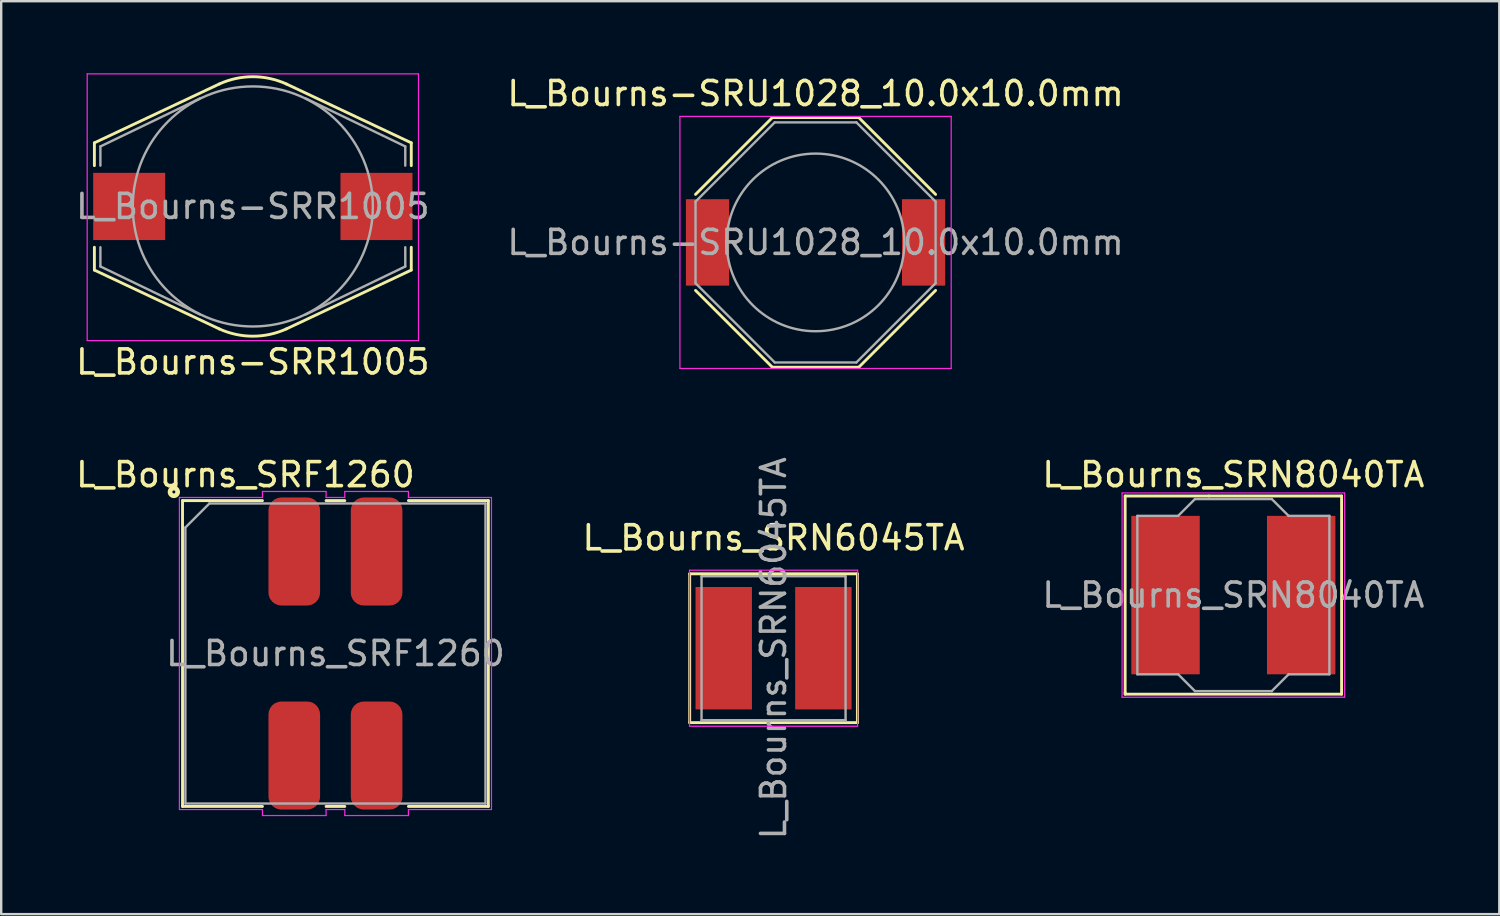
<source format=kicad_pcb>
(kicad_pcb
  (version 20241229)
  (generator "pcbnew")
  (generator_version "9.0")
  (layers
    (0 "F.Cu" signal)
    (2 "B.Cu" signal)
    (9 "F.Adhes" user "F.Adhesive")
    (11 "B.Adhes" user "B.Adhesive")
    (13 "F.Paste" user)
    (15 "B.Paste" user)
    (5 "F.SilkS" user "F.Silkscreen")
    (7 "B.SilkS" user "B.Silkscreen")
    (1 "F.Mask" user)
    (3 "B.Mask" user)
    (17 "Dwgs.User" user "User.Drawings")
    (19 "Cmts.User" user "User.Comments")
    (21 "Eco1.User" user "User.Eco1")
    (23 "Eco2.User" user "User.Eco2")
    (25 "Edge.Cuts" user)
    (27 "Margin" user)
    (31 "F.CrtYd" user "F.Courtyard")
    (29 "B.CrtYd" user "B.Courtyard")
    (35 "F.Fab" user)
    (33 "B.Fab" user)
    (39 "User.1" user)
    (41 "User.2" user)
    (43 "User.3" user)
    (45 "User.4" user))
  (footprint "L_Bourns-SRU1028_10.0x10.0mm"
    (layer "F.Cu")
    (at 30.923 7.048)
    (property "Reference" "L_Bourns-SRU1028_10.0x10.0mm" (at 0 -6.2 0) (layer "F.SilkS") (effects (font (size 1 1) (thickness 0.15))))
    (attr smd)
    (fp_line (start -1.8 -5.2) (end -5 -2) (stroke (width 0.12) (type solid)) (layer "F.SilkS"))
    (fp_line (start -1.8 -5.2) (end 1.8 -5.2) (stroke (width 0.12) (type solid)) (layer "F.SilkS"))
    (fp_line (start -1.8 5.2) (end -5 2) (stroke (width 0.12) (type solid)) (layer "F.SilkS"))
    (fp_line (start 1.8 -5.2) (end 5 -2) (stroke (width 0.12) (type solid)) (layer "F.SilkS"))
    (fp_line (start 1.8 5.2) (end -1.8 5.2) (stroke (width 0.12) (type solid)) (layer "F.SilkS"))
    (fp_line (start 1.8 5.2) (end 5 2) (stroke (width 0.12) (type solid)) (layer "F.SilkS"))
    (fp_line (start -5.65 -5.25) (end 5.65 -5.25) (stroke (width 0.05) (type solid)) (layer "F.CrtYd"))
    (fp_line (start -5.65 5.25) (end -5.65 -5.25) (stroke (width 0.05) (type solid)) (layer "F.CrtYd"))
    (fp_line (start 5.65 -5.25) (end 5.65 5.25) (stroke (width 0.05) (type solid)) (layer "F.CrtYd"))
    (fp_line (start 5.65 5.25) (end -5.65 5.25) (stroke (width 0.05) (type solid)) (layer "F.CrtYd"))
    (fp_line (start -5 -1.7) (end -1.7 -5) (stroke (width 0.1) (type solid)) (layer "F.Fab"))
    (fp_line (start -5 1.7) (end -5 -1.7) (stroke (width 0.1) (type solid)) (layer "F.Fab"))
    (fp_line (start -1.7 -5) (end 1.7 -5) (stroke (width 0.1) (type solid)) (layer "F.Fab"))
    (fp_line (start -1.7 5) (end -5 1.7) (stroke (width 0.1) (type solid)) (layer "F.Fab"))
    (fp_line (start 1.7 -5) (end 5 -1.7) (stroke (width 0.1) (type solid)) (layer "F.Fab"))
    (fp_line (start 1.7 5) (end -1.7 5) (stroke (width 0.1) (type solid)) (layer "F.Fab"))
    (fp_line (start 5 -1.7) (end 5 1.7) (stroke (width 0.1) (type solid)) (layer "F.Fab"))
    (fp_line (start 5 1.7) (end 1.7 5) (stroke (width 0.1) (type solid)) (layer "F.Fab"))
    (fp_circle (center 0 0) (end 3.7 0) (stroke (width 0.1) (type solid)) (fill no) (layer "F.Fab"))
    (fp_text user "${REFERENCE}" (at 0 0 0) (layer "F.Fab") (effects (font (size 1 1) (thickness 0.15))))
    (pad "1" smd rect (at -4.5 0) (size 1.8 3.6) (layers "F.Cu" "F.Mask" "F.Paste"))
    (pad "2" smd rect (at 4.5 0) (size 1.8 3.6) (layers "F.Cu" "F.Mask" "F.Paste")))
  (footprint "L_Bourns_SRN6045TA"
    (layer "F.Cu")
    (at 29.173 23.952)
    (property "Reference" "L_Bourns_SRN6045TA" (at 0 -4.6 0) (layer "F.SilkS") (effects (font (size 1 1) (thickness 0.15))))
    (attr smd)
    (fp_line (start -3.493 -3.1) (end -3.493 3.1) (stroke (width 0.12) (type solid)) (layer "F.SilkS"))
    (fp_line (start -3.493 -3.1) (end 3.493 -3.1) (stroke (width 0.12) (type solid)) (layer "F.SilkS"))
    (fp_line (start 3.493 -3.1) (end 3.493 3.1) (stroke (width 0.12) (type solid)) (layer "F.SilkS"))
    (fp_line (start 3.493 3.1) (end -3.493 3.1) (stroke (width 0.12) (type solid)) (layer "F.SilkS"))
    (fp_line (start -3.5 -3.25) (end -3.5 3.25) (stroke (width 0.05) (type solid)) (layer "F.CrtYd"))
    (fp_line (start -3.5 3.25) (end 3.5 3.25) (stroke (width 0.05) (type solid)) (layer "F.CrtYd"))
    (fp_line (start 3.5 -3.25) (end -3.5 -3.25) (stroke (width 0.05) (type solid)) (layer "F.CrtYd"))
    (fp_line (start 3.5 3.25) (end 3.5 -3.25) (stroke (width 0.05) (type solid)) (layer "F.CrtYd"))
    (fp_line (start -3 -3) (end -3 3) (stroke (width 0.1) (type solid)) (layer "F.Fab"))
    (fp_line (start -3 -3) (end 3 -3) (stroke (width 0.1) (type solid)) (layer "F.Fab"))
    (fp_line (start -3 3) (end 3 3) (stroke (width 0.1) (type solid)) (layer "F.Fab"))
    (fp_line (start 3 3) (end 3 -3) (stroke (width 0.1) (type solid)) (layer "F.Fab"))
    (fp_text user "${REFERENCE}" (at 0 0 90) (layer "F.Fab") (effects (font (size 1 1) (thickness 0.15))))
    (pad "1" smd rect (at -2.075 0) (size 2.35 5.1) (layers "F.Cu" "F.Mask" "F.Paste"))
    (pad "2" smd rect (at 2.075 0) (size 2.35 5.1) (layers "F.Cu" "F.Mask" "F.Paste")))
  (footprint "L_Bourns_SRN8040TA"
    (layer "F.Cu")
    (at 48.327 21.739)
    (property "Reference" "L_Bourns_SRN8040TA" (at 0 -5.016 180) (layer "F.SilkS") (effects (font (size 1 1) (thickness 0.15))))
    (attr smd)
    (fp_line (start -4.508 -4.128) (end -4.508 4.064) (stroke (width 0.12) (type solid)) (layer "F.SilkS"))
    (fp_line (start -4.508 4.064) (end -4.508 4.128) (stroke (width 0.12) (type solid)) (layer "F.SilkS"))
    (fp_line (start -4.508 4.128) (end 4.508 4.128) (stroke (width 0.12) (type solid)) (layer "F.SilkS"))
    (fp_line (start -1.016 -4.128) (end -4.508 -4.128) (stroke (width 0.12) (type solid)) (layer "F.SilkS"))
    (fp_line (start 4.508 -4.128) (end -1.016 -4.128) (stroke (width 0.12) (type solid)) (layer "F.SilkS"))
    (fp_line (start 4.508 4.128) (end 4.508 -4.128) (stroke (width 0.12) (type solid)) (layer "F.SilkS"))
    (fp_line (start -4.636 -4.255) (end -4.636 4.255) (stroke (width 0.05) (type solid)) (layer "F.CrtYd"))
    (fp_line (start -4.636 4.255) (end 4.636 4.255) (stroke (width 0.05) (type solid)) (layer "F.CrtYd"))
    (fp_line (start 4.636 -4.255) (end -4.636 -4.255) (stroke (width 0.05) (type solid)) (layer "F.CrtYd"))
    (fp_line (start 4.636 4.25) (end 4.636 -4.25) (stroke (width 0.05) (type solid)) (layer "F.CrtYd"))
    (fp_line (start -4 3.3) (end -4 -3.3) (stroke (width 0.1) (type solid)) (layer "F.Fab"))
    (fp_line (start -2.3 -3.3) (end -4 -3.3) (stroke (width 0.1) (type solid)) (layer "F.Fab"))
    (fp_line (start -2.3 3.3) (end -4 3.3) (stroke (width 0.1) (type solid)) (layer "F.Fab"))
    (fp_line (start -1.6 -4) (end -2.3 -3.3) (stroke (width 0.1) (type solid)) (layer "F.Fab"))
    (fp_line (start -1.6 4) (end -2.3 3.3) (stroke (width 0.1) (type solid)) (layer "F.Fab"))
    (fp_line (start 1.6 -4) (end -1.6 -4) (stroke (width 0.1) (type solid)) (layer "F.Fab"))
    (fp_line (start 1.6 -4) (end 2.3 -3.3) (stroke (width 0.1) (type solid)) (layer "F.Fab"))
    (fp_line (start 1.6 4) (end -1.6 4) (stroke (width 0.1) (type solid)) (layer "F.Fab"))
    (fp_line (start 1.6 4) (end 2.3 3.3) (stroke (width 0.1) (type solid)) (layer "F.Fab"))
    (fp_line (start 2.3 -3.3) (end 4 -3.3) (stroke (width 0.1) (type solid)) (layer "F.Fab"))
    (fp_line (start 2.3 3.3) (end 4 3.3) (stroke (width 0.1) (type solid)) (layer "F.Fab"))
    (fp_line (start 4 -3.3) (end 4 3.3) (stroke (width 0.1) (type solid)) (layer "F.Fab"))
    (fp_text user "${REFERENCE}" (at 0 0 0) (layer "F.Fab") (effects (font (size 1 1) (thickness 0.15))))
    (pad "1" smd rect (at -2.825 0 270) (size 6.6 2.85) (layers "F.Cu" "F.Mask" "F.Paste"))
    (pad "2" smd rect (at 2.825 0 270) (size 6.6 2.85) (layers "F.Cu" "F.Mask" "F.Paste")))
  (footprint "L_Bourns_SRF1260"
    (layer "F.Cu")
    (at 10.923 24.173)
    (property "Reference" "L_Bourns_SRF1260" (at -3.75 -7.45 0) (layer "F.SilkS") (effects (font (size 1 1) (thickness 0.15))))
    (attr smd)
    (fp_line (start -6.37 -6.37) (end -6.37 6.37) (stroke (width 0.12) (type solid)) (layer "F.SilkS"))
    (fp_line (start -6.37 -6.37) (end -3.04 -6.37) (stroke (width 0.12) (type solid)) (layer "F.SilkS"))
    (fp_line (start -6.37 6.37) (end -3.04 6.37) (stroke (width 0.12) (type solid)) (layer "F.SilkS"))
    (fp_line (start -0.39 -6.37) (end 0.39 -6.37) (stroke (width 0.12) (type solid)) (layer "F.SilkS"))
    (fp_line (start -0.39 6.37) (end 0.39 6.37) (stroke (width 0.12) (type solid)) (layer "F.SilkS"))
    (fp_line (start 3.04 -6.37) (end 6.37 -6.37) (stroke (width 0.12) (type solid)) (layer "F.SilkS"))
    (fp_line (start 3.04 6.37) (end 6.37 6.37) (stroke (width 0.12) (type solid)) (layer "F.SilkS"))
    (fp_line (start 6.37 -6.37) (end 6.37 6.37) (stroke (width 0.12) (type solid)) (layer "F.SilkS"))
    (fp_circle (center -6.731 -6.731) (end -6.668 -6.731) (stroke (width 0.13) (type solid)) (fill no) (layer "F.SilkS"))
    (fp_circle (center -6.731 -6.731) (end -6.54 -6.731) (stroke (width 0.13) (type solid)) (fill no) (layer "F.SilkS"))
    (fp_line (start -6.5 -6.5) (end -6.5 6.5) (stroke (width 0.05) (type solid)) (layer "F.CrtYd"))
    (fp_line (start -6.5 -6.5) (end -3.04 -6.5) (stroke (width 0.05) (type solid)) (layer "F.CrtYd"))
    (fp_line (start -6.5 6.5) (end -3.04 6.5) (stroke (width 0.05) (type solid)) (layer "F.CrtYd"))
    (fp_line (start -3.04 -6.75) (end -0.39 -6.75) (stroke (width 0.05) (type solid)) (layer "F.CrtYd"))
    (fp_line (start -3.04 -6.5) (end -3.04 -6.75) (stroke (width 0.05) (type solid)) (layer "F.CrtYd"))
    (fp_line (start -3.04 6.5) (end -3.04 6.75) (stroke (width 0.05) (type solid)) (layer "F.CrtYd"))
    (fp_line (start -3.04 6.75) (end -0.39 6.75) (stroke (width 0.05) (type solid)) (layer "F.CrtYd"))
    (fp_line (start -0.39 -6.75) (end -0.39 -6.5) (stroke (width 0.05) (type solid)) (layer "F.CrtYd"))
    (fp_line (start -0.39 -6.5) (end 0.39 -6.5) (stroke (width 0.05) (type solid)) (layer "F.CrtYd"))
    (fp_line (start -0.39 6.5) (end 0.39 6.5) (stroke (width 0.05) (type solid)) (layer "F.CrtYd"))
    (fp_line (start -0.39 6.75) (end -0.39 6.5) (stroke (width 0.05) (type solid)) (layer "F.CrtYd"))
    (fp_line (start 0.39 -6.75) (end 3.04 -6.75) (stroke (width 0.05) (type solid)) (layer "F.CrtYd"))
    (fp_line (start 0.39 -6.5) (end 0.39 -6.75) (stroke (width 0.05) (type solid)) (layer "F.CrtYd"))
    (fp_line (start 0.39 6.5) (end 0.39 6.75) (stroke (width 0.05) (type solid)) (layer "F.CrtYd"))
    (fp_line (start 0.39 6.75) (end 3.04 6.75) (stroke (width 0.05) (type solid)) (layer "F.CrtYd"))
    (fp_line (start 3.04 -6.75) (end 3.04 -6.5) (stroke (width 0.05) (type solid)) (layer "F.CrtYd"))
    (fp_line (start 3.04 -6.5) (end 6.5 -6.5) (stroke (width 0.05) (type solid)) (layer "F.CrtYd"))
    (fp_line (start 3.04 6.5) (end 6.5 6.5) (stroke (width 0.05) (type solid)) (layer "F.CrtYd"))
    (fp_line (start 3.04 6.75) (end 3.04 6.5) (stroke (width 0.05) (type solid)) (layer "F.CrtYd"))
    (fp_line (start 6.5 -6.5) (end 6.5 6.5) (stroke (width 0.05) (type solid)) (layer "F.CrtYd"))
    (fp_line (start -6.25 -5.25) (end -5.25 -6.25) (stroke (width 0.1) (type solid)) (layer "F.Fab"))
    (fp_line (start -6.25 6.25) (end -6.25 -5.25) (stroke (width 0.1) (type solid)) (layer "F.Fab"))
    (fp_line (start -5.25 -6.25) (end 6.25 -6.25) (stroke (width 0.1) (type solid)) (layer "F.Fab"))
    (fp_line (start 6.25 -6.25) (end 6.25 6.25) (stroke (width 0.1) (type solid)) (layer "F.Fab"))
    (fp_line (start 6.25 6.25) (end -6.25 6.25) (stroke (width 0.1) (type solid)) (layer "F.Fab"))
    (fp_text user "${REFERENCE}" (at 0 0 0) (layer "F.Fab") (effects (font (size 1 1) (thickness 0.15))))
    (pad "1" smd roundrect (at -1.715 -4.25) (size 2.15 4.5) (layers "F.Cu" "F.Mask" "F.Paste") (roundrect_rratio 0.25))
    (pad "2" smd roundrect (at 1.715 -4.25) (size 2.15 4.5) (layers "F.Cu" "F.Mask" "F.Paste") (roundrect_rratio 0.25))
    (pad "3" smd roundrect (at 1.715 4.25) (size 2.15 4.5) (layers "F.Cu" "F.Mask" "F.Paste") (roundrect_rratio 0.25))
    (pad "4" smd roundrect (at -1.715 4.25) (size 2.15 4.5) (layers "F.Cu" "F.Mask" "F.Paste") (roundrect_rratio 0.25)))
  (footprint "L_Bourns-SRR1005"
    (layer "F.Cu")
    (at 7.482 5.55)
    (property "Reference" "L_Bourns-SRR1005" (at 0 6.477 0) (layer "F.SilkS") (effects (font (size 1 1) (thickness 0.15))))
    (attr smd)
    (fp_line (start -6.6 -2.65) (end -6.6 -1.7) (stroke (width 0.12) (type solid)) (layer "F.SilkS"))
    (fp_line (start -6.6 -2.65) (end -1.4 -5.1) (stroke (width 0.12) (type solid)) (layer "F.SilkS"))
    (fp_line (start -6.6 2.65) (end -6.6 1.7) (stroke (width 0.12) (type solid)) (layer "F.SilkS"))
    (fp_line (start -6.6 2.65) (end -1.4 5.1) (stroke (width 0.12) (type solid)) (layer "F.SilkS"))
    (fp_line (start 6.6 -2.65) (end 1.4 -5.1) (stroke (width 0.12) (type solid)) (layer "F.SilkS"))
    (fp_line (start 6.6 -2.65) (end 6.6 -1.7) (stroke (width 0.12) (type solid)) (layer "F.SilkS"))
    (fp_line (start 6.6 2.65) (end 1.4 5.1) (stroke (width 0.12) (type solid)) (layer "F.SilkS"))
    (fp_line (start 6.6 2.65) (end 6.6 1.7) (stroke (width 0.12) (type solid)) (layer "F.SilkS"))
    (fp_arc (start -1.4 -5.099999) (mid 0 -5.404331) (end 1.399999 -5.099999) (stroke (width 0.12) (type solid)) (layer "F.SilkS"))
    (fp_arc (start 1.4 5.099999) (mid 0 5.404331) (end -1.399999 5.099999) (stroke (width 0.12) (type solid)) (layer "F.SilkS"))
    (fp_line (start -6.9 -5.524) (end -6.9 5.588) (stroke (width 0.05) (type solid)) (layer "F.CrtYd"))
    (fp_line (start -6.9 -5.524) (end 6.9 -5.524) (stroke (width 0.05) (type solid)) (layer "F.CrtYd"))
    (fp_line (start -6.9 5.588) (end 6.9 5.588) (stroke (width 0.05) (type solid)) (layer "F.CrtYd"))
    (fp_line (start 6.9 -5.524) (end 6.9 5.588) (stroke (width 0.05) (type solid)) (layer "F.CrtYd"))
    (fp_line (start -6.35 -2.5) (end -2.2 -4.5) (stroke (width 0.1) (type solid)) (layer "F.Fab"))
    (fp_line (start -6.35 -1.7) (end -6.35 -2.5) (stroke (width 0.1) (type solid)) (layer "F.Fab"))
    (fp_line (start -6.35 2.5) (end -6.35 1.7) (stroke (width 0.1) (type solid)) (layer "F.Fab"))
    (fp_line (start -6.35 2.5) (end -2.2 4.5) (stroke (width 0.1) (type solid)) (layer "F.Fab"))
    (fp_line (start 6.35 -2.5) (end 2.2 -4.5) (stroke (width 0.1) (type solid)) (layer "F.Fab"))
    (fp_line (start 6.35 -1.7) (end 6.35 -2.5) (stroke (width 0.1) (type solid)) (layer "F.Fab"))
    (fp_line (start 6.35 2.5) (end 2.2 4.5) (stroke (width 0.1) (type solid)) (layer "F.Fab"))
    (fp_line (start 6.35 2.5) (end 6.35 1.7) (stroke (width 0.1) (type solid)) (layer "F.Fab"))
    (fp_circle (center 0 0) (end 0 -5) (stroke (width 0.1) (type solid)) (fill no) (layer "F.Fab"))
    (fp_text user "${REFERENCE}" (at 0 0 0) (layer "F.Fab") (effects (font (size 1 1) (thickness 0.15))))
    (pad "1" smd rect (at -5.15 0) (size 3 2.8) (layers "F.Cu" "F.Mask" "F.Paste"))
    (pad "2" smd rect (at 5.15 0) (size 3 2.8) (layers "F.Cu" "F.Mask" "F.Paste")))
  (gr_rect
    (start -3 -3)
    (end 59.405 35.03)
    (stroke (width 0.1) (type default))
    (fill no)
    (layer "Edge.Cuts")))
</source>
